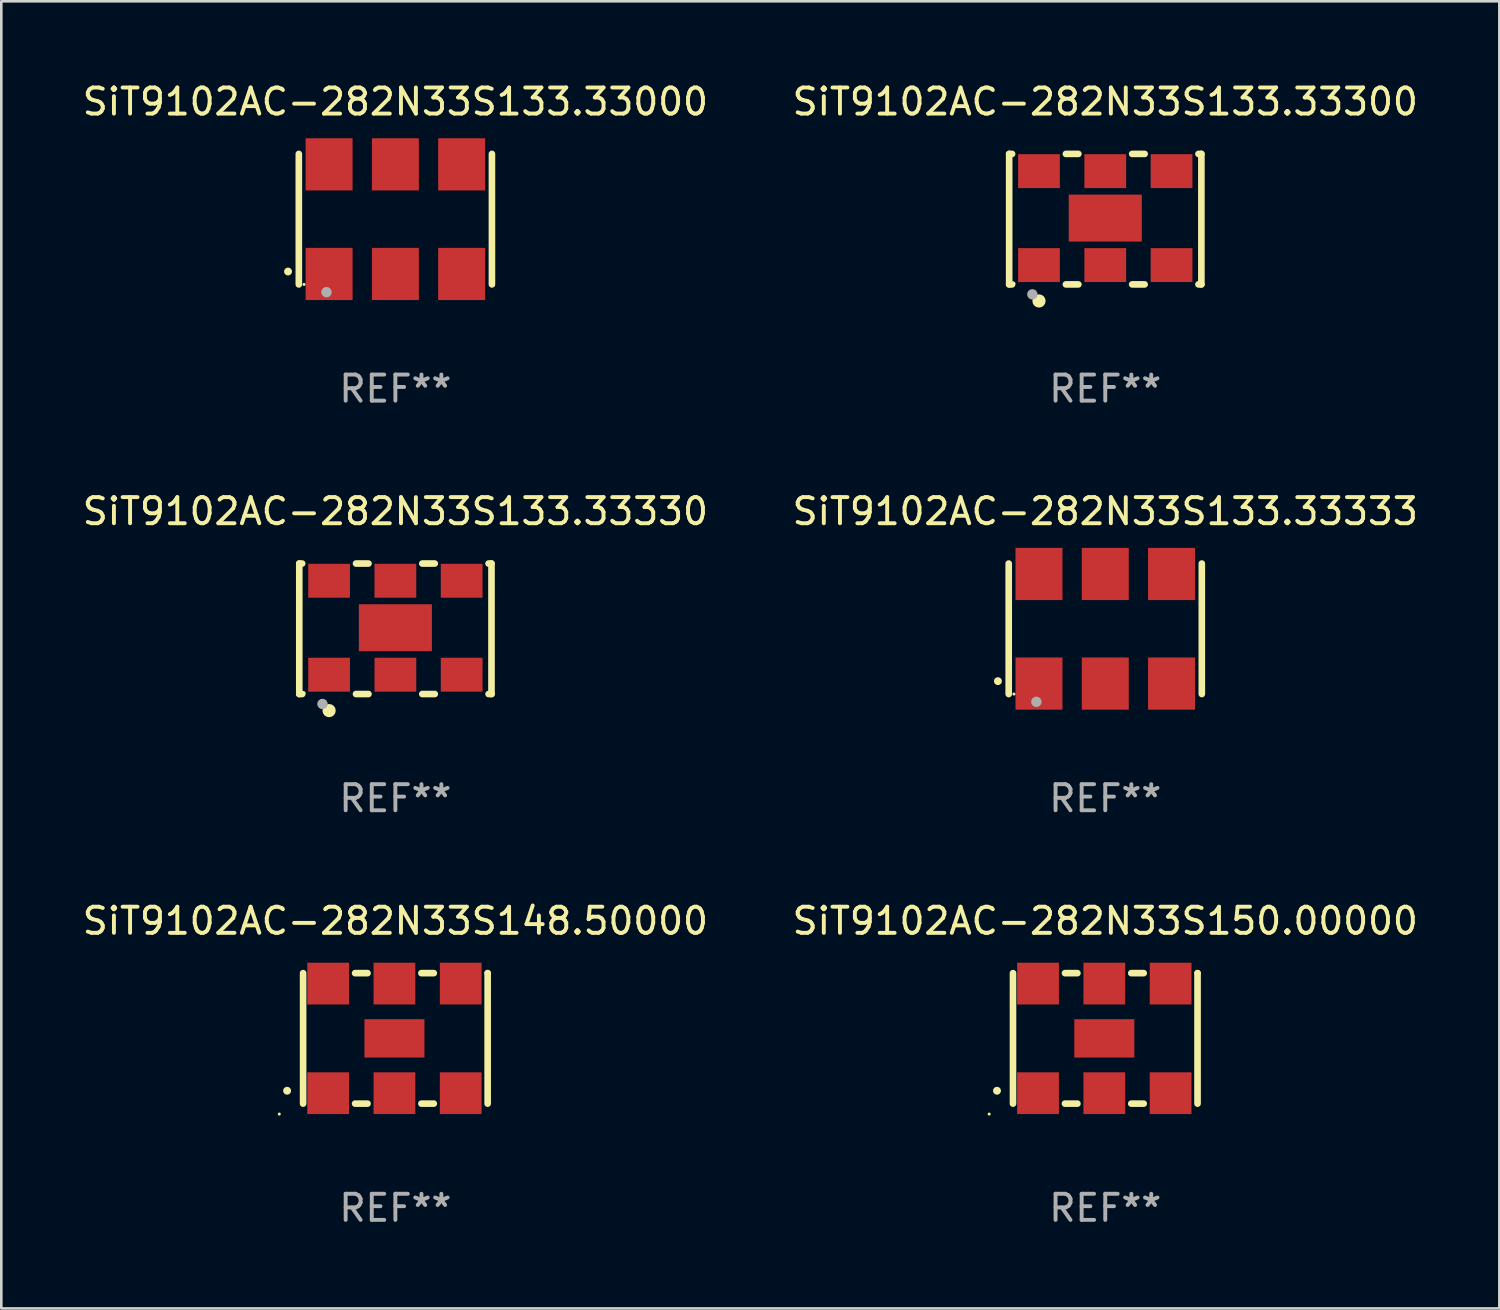
<source format=kicad_pcb>
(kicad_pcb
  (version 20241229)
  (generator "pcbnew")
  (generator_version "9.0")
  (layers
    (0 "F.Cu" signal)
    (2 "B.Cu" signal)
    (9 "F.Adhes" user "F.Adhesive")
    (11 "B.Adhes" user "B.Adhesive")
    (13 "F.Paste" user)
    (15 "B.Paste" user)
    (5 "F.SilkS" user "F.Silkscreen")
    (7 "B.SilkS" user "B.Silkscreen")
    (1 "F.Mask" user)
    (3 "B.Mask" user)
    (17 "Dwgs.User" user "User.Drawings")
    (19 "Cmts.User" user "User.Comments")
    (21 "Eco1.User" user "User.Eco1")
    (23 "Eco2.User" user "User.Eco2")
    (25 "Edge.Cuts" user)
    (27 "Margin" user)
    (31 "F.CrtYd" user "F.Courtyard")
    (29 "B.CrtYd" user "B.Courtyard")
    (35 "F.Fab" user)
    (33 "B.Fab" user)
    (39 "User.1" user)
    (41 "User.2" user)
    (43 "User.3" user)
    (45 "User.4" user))
  (footprint "SiT9102AC-282N33S133.33300"
    (layer "F.Cu")
    (at 39.304 5.348)
    (property "Reference" "SiT9102AC-282N33S133.33300" (at 0 -4.5 0) (layer "F.SilkS") (effects (font (size 1 1) (thickness 0.15))))
    (attr through_hole)
    (fp_line (start -3.683 -2.5) (end -3.571 -2.5) (stroke (width 0.254) (type solid)) (layer "F.SilkS"))
    (fp_line (start -3.683 2.5) (end -3.683 -2.5) (stroke (width 0.254) (type solid)) (layer "F.SilkS"))
    (fp_line (start -3.683 2.5) (end -3.571 2.5) (stroke (width 0.254) (type solid)) (layer "F.SilkS"))
    (fp_line (start -1.509 -2.5) (end -1.031 -2.5) (stroke (width 0.254) (type solid)) (layer "F.SilkS"))
    (fp_line (start -1.509 2.5) (end -1.031 2.5) (stroke (width 0.254) (type solid)) (layer "F.SilkS"))
    (fp_line (start 1.031 -2.5) (end 1.509 -2.5) (stroke (width 0.254) (type solid)) (layer "F.SilkS"))
    (fp_line (start 1.031 2.5) (end 1.509 2.5) (stroke (width 0.254) (type solid)) (layer "F.SilkS"))
    (fp_line (start 3.571 -2.5) (end 3.683 -2.5) (stroke (width 0.254) (type solid)) (layer "F.SilkS"))
    (fp_line (start 3.571 2.5) (end 3.683 2.5) (stroke (width 0.254) (type solid)) (layer "F.SilkS"))
    (fp_line (start 3.683 2.5) (end 3.683 -2.5) (stroke (width 0.254) (type solid)) (layer "F.SilkS"))
    (fp_circle (center -3.5 2.46) (end -3.47 2.46) (stroke (width 0.06) (type solid)) (fill no) (layer "F.SilkS"))
    (fp_circle (center -2.54 3.135) (end -2.413 3.135) (stroke (width 0.254) (type solid)) (fill no) (layer "F.SilkS"))
    (fp_circle (center -2.794 2.881) (end -2.694 2.881) (stroke (width 0.2) (type solid)) (fill no) (layer "F.Fab"))
    (fp_text user "REF**" (at 0 6.5 0) (layer "F.Fab") (effects (font (size 1 1) (thickness 0.15))))
    (pad "1" smd rect (at -2.54 1.76) (size 1.6 1.3) (layers "F.Cu" "F.Mask" "F.Paste"))
    (pad "2" smd rect (at 0 1.76) (size 1.6 1.3) (layers "F.Cu" "F.Mask" "F.Paste"))
    (pad "3" smd rect (at 2.54 1.76) (size 1.6 1.3) (layers "F.Cu" "F.Mask" "F.Paste"))
    (pad "4" smd rect (at 2.54 -1.84) (size 1.6 1.3) (layers "F.Cu" "F.Mask" "F.Paste"))
    (pad "5" smd rect (at 0 -1.84) (size 1.6 1.3) (layers "F.Cu" "F.Mask" "F.Paste"))
    (pad "6" smd rect (at -2.54 -1.84) (size 1.6 1.3) (layers "F.Cu" "F.Mask" "F.Paste"))
    (pad "7" smd rect (at 0 -0.04) (size 2.8 1.8) (layers "F.Cu" "F.Mask" "F.Paste")))
  (footprint "SiT9102AC-282N33S133.33330"
    (layer "F.Cu")
    (at 12.101 21.045)
    (property "Reference" "SiT9102AC-282N33S133.33330" (at 0 -4.5 0) (layer "F.SilkS") (effects (font (size 1 1) (thickness 0.15))))
    (attr through_hole)
    (fp_line (start -3.683 -2.5) (end -3.571 -2.5) (stroke (width 0.254) (type solid)) (layer "F.SilkS"))
    (fp_line (start -3.683 2.5) (end -3.683 -2.5) (stroke (width 0.254) (type solid)) (layer "F.SilkS"))
    (fp_line (start -3.683 2.5) (end -3.571 2.5) (stroke (width 0.254) (type solid)) (layer "F.SilkS"))
    (fp_line (start -1.509 -2.5) (end -1.031 -2.5) (stroke (width 0.254) (type solid)) (layer "F.SilkS"))
    (fp_line (start -1.509 2.5) (end -1.031 2.5) (stroke (width 0.254) (type solid)) (layer "F.SilkS"))
    (fp_line (start 1.031 -2.5) (end 1.509 -2.5) (stroke (width 0.254) (type solid)) (layer "F.SilkS"))
    (fp_line (start 1.031 2.5) (end 1.509 2.5) (stroke (width 0.254) (type solid)) (layer "F.SilkS"))
    (fp_line (start 3.571 -2.5) (end 3.683 -2.5) (stroke (width 0.254) (type solid)) (layer "F.SilkS"))
    (fp_line (start 3.571 2.5) (end 3.683 2.5) (stroke (width 0.254) (type solid)) (layer "F.SilkS"))
    (fp_line (start 3.683 2.5) (end 3.683 -2.5) (stroke (width 0.254) (type solid)) (layer "F.SilkS"))
    (fp_circle (center -3.5 2.46) (end -3.47 2.46) (stroke (width 0.06) (type solid)) (fill no) (layer "F.SilkS"))
    (fp_circle (center -2.54 3.135) (end -2.413 3.135) (stroke (width 0.254) (type solid)) (fill no) (layer "F.SilkS"))
    (fp_circle (center -2.794 2.881) (end -2.694 2.881) (stroke (width 0.2) (type solid)) (fill no) (layer "F.Fab"))
    (fp_text user "REF**" (at 0 6.5 0) (layer "F.Fab") (effects (font (size 1 1) (thickness 0.15))))
    (pad "1" smd rect (at -2.54 1.76) (size 1.6 1.3) (layers "F.Cu" "F.Mask" "F.Paste"))
    (pad "2" smd rect (at 0 1.76) (size 1.6 1.3) (layers "F.Cu" "F.Mask" "F.Paste"))
    (pad "3" smd rect (at 2.54 1.76) (size 1.6 1.3) (layers "F.Cu" "F.Mask" "F.Paste"))
    (pad "4" smd rect (at 2.54 -1.84) (size 1.6 1.3) (layers "F.Cu" "F.Mask" "F.Paste"))
    (pad "5" smd rect (at 0 -1.84) (size 1.6 1.3) (layers "F.Cu" "F.Mask" "F.Paste"))
    (pad "6" smd rect (at -2.54 -1.84) (size 1.6 1.3) (layers "F.Cu" "F.Mask" "F.Paste"))
    (pad "7" smd rect (at 0 -0.04) (size 2.8 1.8) (layers "F.Cu" "F.Mask" "F.Paste")))
  (footprint "SiT9102AC-282N33S150.00000"
    (layer "F.Cu")
    (at 39.304 36.741)
    (property "Reference" "SiT9102AC-282N33S150.00000" (at 0 -4.5 0) (layer "F.SilkS") (effects (font (size 1 1) (thickness 0.15))))
    (attr through_hole)
    (fp_line (start -3.536 -2.5) (end -3.536 2.5) (stroke (width 0.254) (type solid)) (layer "F.SilkS"))
    (fp_line (start -1.544 2.5) (end -1.067 2.5) (stroke (width 0.254) (type solid)) (layer "F.SilkS"))
    (fp_line (start -1.067 -2.5) (end -1.544 -2.5) (stroke (width 0.254) (type solid)) (layer "F.SilkS"))
    (fp_line (start 0.996 2.5) (end 1.473 2.5) (stroke (width 0.254) (type solid)) (layer "F.SilkS"))
    (fp_line (start 1.473 -2.5) (end 0.996 -2.5) (stroke (width 0.254) (type solid)) (layer "F.SilkS"))
    (fp_line (start 3.536 -2.5) (end 3.536 -2.5) (stroke (width 0.254) (type solid)) (layer "F.SilkS"))
    (fp_line (start 3.536 2.5) (end 3.536 -2.5) (stroke (width 0.254) (type solid)) (layer "F.SilkS"))
    (fp_arc (start -4.150432 2.006604) (mid -4.149162 2.006599) (end -4.147892 2.006604) (stroke (width 0.3) (type solid)) (layer "F.SilkS"))
    (fp_circle (center -4.449 2.9) (end -4.419 2.9) (stroke (width 0.06) (type solid)) (fill no) (layer "F.SilkS"))
    (fp_text user "REF**" (at 0 6.5 0) (layer "F.Fab") (effects (font (size 1 1) (thickness 0.15))))
    (pad "1" smd rect (at -2.576 2.1) (size 1.6 1.6) (layers "F.Cu" "F.Mask" "F.Paste"))
    (pad "2" smd rect (at -0.036 2.1) (size 1.6 1.6) (layers "F.Cu" "F.Mask" "F.Paste"))
    (pad "3" smd rect (at 2.504 2.1) (size 1.6 1.6) (layers "F.Cu" "F.Mask" "F.Paste"))
    (pad "4" smd rect (at 2.504 -2.1) (size 1.6 1.6) (layers "F.Cu" "F.Mask" "F.Paste"))
    (pad "5" smd rect (at -0.036 -2.1) (size 1.6 1.6) (layers "F.Cu" "F.Mask" "F.Paste"))
    (pad "6" smd rect (at -2.576 -2.1) (size 1.6 1.6) (layers "F.Cu" "F.Mask" "F.Paste"))
    (pad "7" smd rect (at -0.036 0) (size 2.3 1.47) (layers "F.Cu" "F.Mask" "F.Paste")))
  (footprint "SiT9102AC-282N33S133.33000"
    (layer "F.Cu")
    (at 12.101 5.348)
    (property "Reference" "SiT9102AC-282N33S133.33000" (at 0 -4.5 0) (layer "F.SilkS") (effects (font (size 1 1) (thickness 0.15))))
    (attr through_hole)
    (fp_line (start -3.7 -2.5) (end -3.7 2.5) (stroke (width 0.254) (type solid)) (layer "F.SilkS"))
    (fp_line (start 3.7 -2.5) (end 3.7 2.5) (stroke (width 0.254) (type solid)) (layer "F.SilkS"))
    (fp_arc (start -4.114415 2.006604) (mid -4.113145 2.006599) (end -4.111875 2.006604) (stroke (width 0.3) (type solid)) (layer "F.SilkS"))
    (fp_circle (center -3.5 2.501) (end -3.47 2.501) (stroke (width 0.06) (type solid)) (fill no) (layer "F.SilkS"))
    (fp_circle (center -2.641 2.799) (end -2.541 2.799) (stroke (width 0.2) (type solid)) (fill no) (layer "F.Fab"))
    (fp_text user "REF**" (at 0 6.5 0) (layer "F.Fab") (effects (font (size 1 1) (thickness 0.15))))
    (pad "1" smd rect (at -2.54 2.1) (size 1.8 2) (layers "F.Cu" "F.Mask" "F.Paste"))
    (pad "2" smd rect (at 0.000394 2.1) (size 1.8 2) (layers "F.Cu" "F.Mask" "F.Paste"))
    (pad "3" smd rect (at 2.54 2.1) (size 1.8 2) (layers "F.Cu" "F.Mask" "F.Paste"))
    (pad "4" smd rect (at 2.54 -2.1) (size 1.8 2) (layers "F.Cu" "F.Mask" "F.Paste"))
    (pad "5" smd rect (at 0.000394 -2.1) (size 1.8 2) (layers "F.Cu" "F.Mask" "F.Paste"))
    (pad "6" smd rect (at -2.54 -2.1) (size 1.8 2) (layers "F.Cu" "F.Mask" "F.Paste")))
  (footprint "SiT9102AC-282N33S133.33333"
    (layer "F.Cu")
    (at 39.304 21.045)
    (property "Reference" "SiT9102AC-282N33S133.33333" (at 0 -4.5 0) (layer "F.SilkS") (effects (font (size 1 1) (thickness 0.15))))
    (attr through_hole)
    (fp_line (start -3.7 -2.5) (end -3.7 2.5) (stroke (width 0.254) (type solid)) (layer "F.SilkS"))
    (fp_line (start 3.7 -2.5) (end 3.7 2.5) (stroke (width 0.254) (type solid)) (layer "F.SilkS"))
    (fp_arc (start -4.114415 2.006604) (mid -4.113145 2.006599) (end -4.111875 2.006604) (stroke (width 0.3) (type solid)) (layer "F.SilkS"))
    (fp_circle (center -3.5 2.501) (end -3.47 2.501) (stroke (width 0.06) (type solid)) (fill no) (layer "F.SilkS"))
    (fp_circle (center -2.641 2.799) (end -2.541 2.799) (stroke (width 0.2) (type solid)) (fill no) (layer "F.Fab"))
    (fp_text user "REF**" (at 0 6.5 0) (layer "F.Fab") (effects (font (size 1 1) (thickness 0.15))))
    (pad "1" smd rect (at -2.54 2.1) (size 1.8 2) (layers "F.Cu" "F.Mask" "F.Paste"))
    (pad "2" smd rect (at 0.000394 2.1) (size 1.8 2) (layers "F.Cu" "F.Mask" "F.Paste"))
    (pad "3" smd rect (at 2.54 2.1) (size 1.8 2) (layers "F.Cu" "F.Mask" "F.Paste"))
    (pad "4" smd rect (at 2.54 -2.1) (size 1.8 2) (layers "F.Cu" "F.Mask" "F.Paste"))
    (pad "5" smd rect (at 0.000394 -2.1) (size 1.8 2) (layers "F.Cu" "F.Mask" "F.Paste"))
    (pad "6" smd rect (at -2.54 -2.1) (size 1.8 2) (layers "F.Cu" "F.Mask" "F.Paste")))
  (footprint "SiT9102AC-282N33S148.50000"
    (layer "F.Cu")
    (at 12.101 36.741)
    (property "Reference" "SiT9102AC-282N33S148.50000" (at 0 -4.5 0) (layer "F.SilkS") (effects (font (size 1 1) (thickness 0.15))))
    (attr through_hole)
    (fp_line (start -3.536 -2.5) (end -3.536 2.5) (stroke (width 0.254) (type solid)) (layer "F.SilkS"))
    (fp_line (start -1.544 2.5) (end -1.067 2.5) (stroke (width 0.254) (type solid)) (layer "F.SilkS"))
    (fp_line (start -1.067 -2.5) (end -1.544 -2.5) (stroke (width 0.254) (type solid)) (layer "F.SilkS"))
    (fp_line (start 0.996 2.5) (end 1.473 2.5) (stroke (width 0.254) (type solid)) (layer "F.SilkS"))
    (fp_line (start 1.473 -2.5) (end 0.996 -2.5) (stroke (width 0.254) (type solid)) (layer "F.SilkS"))
    (fp_line (start 3.536 -2.5) (end 3.536 -2.5) (stroke (width 0.254) (type solid)) (layer "F.SilkS"))
    (fp_line (start 3.536 2.5) (end 3.536 -2.5) (stroke (width 0.254) (type solid)) (layer "F.SilkS"))
    (fp_arc (start -4.150432 2.006604) (mid -4.149162 2.006599) (end -4.147892 2.006604) (stroke (width 0.3) (type solid)) (layer "F.SilkS"))
    (fp_circle (center -4.449 2.9) (end -4.419 2.9) (stroke (width 0.06) (type solid)) (fill no) (layer "F.SilkS"))
    (fp_text user "REF**" (at 0 6.5 0) (layer "F.Fab") (effects (font (size 1 1) (thickness 0.15))))
    (pad "1" smd rect (at -2.576 2.1) (size 1.6 1.6) (layers "F.Cu" "F.Mask" "F.Paste"))
    (pad "2" smd rect (at -0.036 2.1) (size 1.6 1.6) (layers "F.Cu" "F.Mask" "F.Paste"))
    (pad "3" smd rect (at 2.504 2.1) (size 1.6 1.6) (layers "F.Cu" "F.Mask" "F.Paste"))
    (pad "4" smd rect (at 2.504 -2.1) (size 1.6 1.6) (layers "F.Cu" "F.Mask" "F.Paste"))
    (pad "5" smd rect (at -0.036 -2.1) (size 1.6 1.6) (layers "F.Cu" "F.Mask" "F.Paste"))
    (pad "6" smd rect (at -2.576 -2.1) (size 1.6 1.6) (layers "F.Cu" "F.Mask" "F.Paste"))
    (pad "7" smd rect (at -0.036 0) (size 2.3 1.47) (layers "F.Cu" "F.Mask" "F.Paste")))
  (gr_rect
    (start -3 -3)
    (end 54.405 47.09)
    (stroke (width 0.1) (type default))
    (fill no)
    (layer "Edge.Cuts")))
</source>
